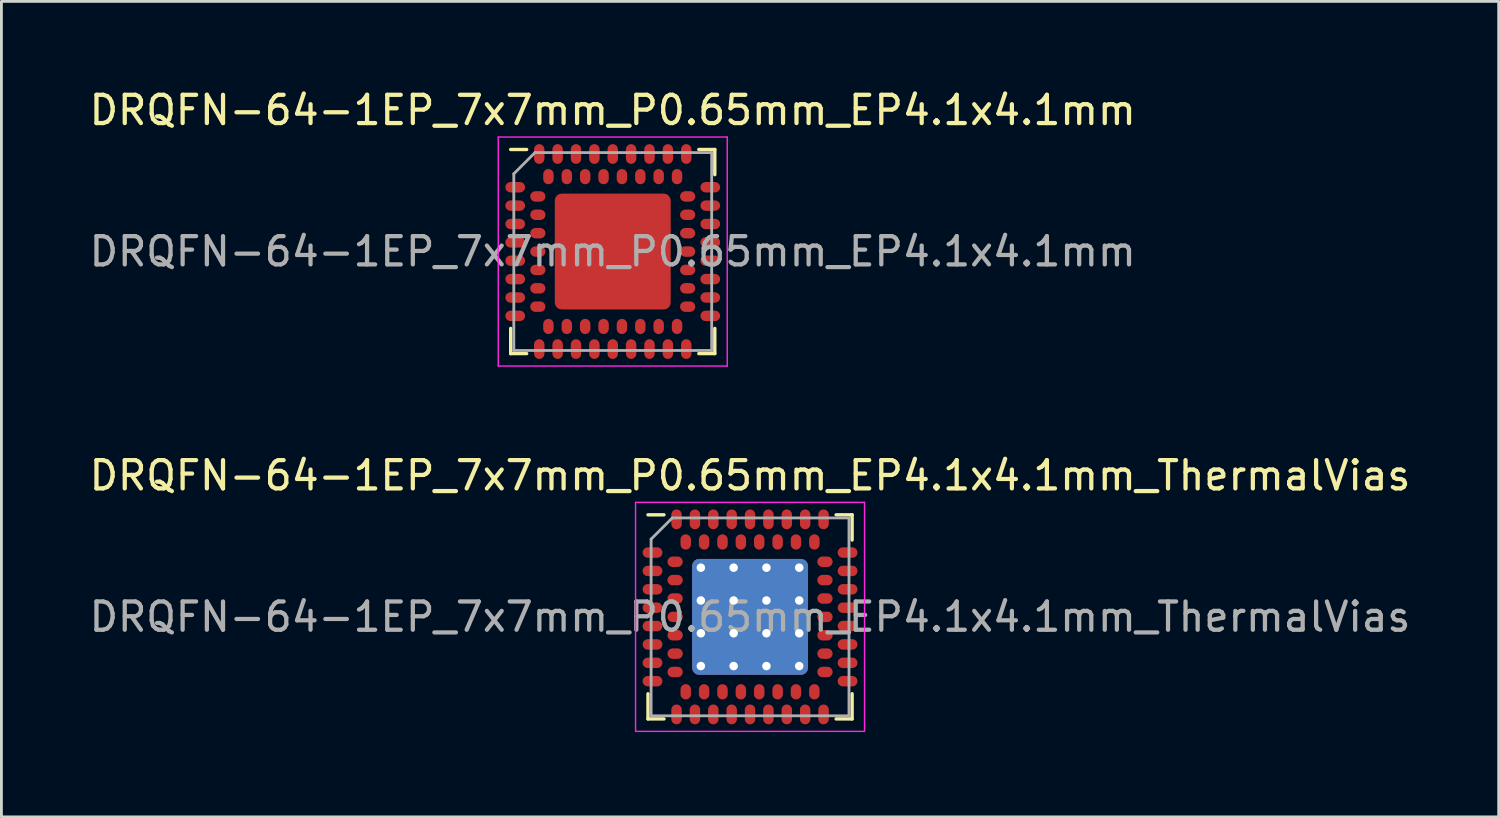
<source format=kicad_pcb>
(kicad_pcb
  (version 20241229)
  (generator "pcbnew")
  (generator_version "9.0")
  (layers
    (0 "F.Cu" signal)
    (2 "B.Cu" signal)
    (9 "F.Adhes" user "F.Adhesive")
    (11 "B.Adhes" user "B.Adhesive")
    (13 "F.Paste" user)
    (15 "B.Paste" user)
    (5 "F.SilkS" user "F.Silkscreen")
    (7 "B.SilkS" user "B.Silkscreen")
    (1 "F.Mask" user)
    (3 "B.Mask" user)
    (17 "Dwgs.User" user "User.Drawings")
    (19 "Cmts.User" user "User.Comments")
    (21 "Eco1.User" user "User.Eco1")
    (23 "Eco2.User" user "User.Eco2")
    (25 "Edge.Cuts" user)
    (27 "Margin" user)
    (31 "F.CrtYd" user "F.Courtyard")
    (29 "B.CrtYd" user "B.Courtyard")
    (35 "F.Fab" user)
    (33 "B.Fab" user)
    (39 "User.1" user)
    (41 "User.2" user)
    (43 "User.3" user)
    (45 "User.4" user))
  (footprint "DRQFN-64-1EP_7x7mm_P0.65mm_EP4.1x4.1mm"
    (layer "F.Cu")
    (at 18.625 5.848)
    (property "Reference" "DRQFN-64-1EP_7x7mm_P0.65mm_EP4.1x4.1mm" (at 0 -5 0) (layer "F.SilkS") (effects (font (size 1 1) (thickness 0.15))))
    (attr smd)
    (fp_line (start -3.61 3.61) (end -3.61 2.72) (stroke (width 0.12) (type solid)) (layer "F.SilkS"))
    (fp_line (start -3.045 -3.61) (end -3.61 -3.61) (stroke (width 0.12) (type solid)) (layer "F.SilkS"))
    (fp_line (start -3.045 3.61) (end -3.61 3.61) (stroke (width 0.12) (type solid)) (layer "F.SilkS"))
    (fp_line (start 3.045 -3.61) (end 3.61 -3.61) (stroke (width 0.12) (type solid)) (layer "F.SilkS"))
    (fp_line (start 3.61 -3.61) (end 3.61 -2.72) (stroke (width 0.12) (type solid)) (layer "F.SilkS"))
    (fp_line (start 3.61 2.72) (end 3.61 3.61) (stroke (width 0.12) (type solid)) (layer "F.SilkS"))
    (fp_line (start 3.61 3.61) (end 3.045 3.61) (stroke (width 0.12) (type solid)) (layer "F.SilkS"))
    (fp_line (start -4.05 -4.05) (end 4.05 -4.05) (stroke (width 0.05) (type solid)) (layer "F.CrtYd"))
    (fp_line (start -4.05 4.05) (end -4.05 -4.05) (stroke (width 0.05) (type solid)) (layer "F.CrtYd"))
    (fp_line (start 4.05 -4.05) (end 4.05 4.05) (stroke (width 0.05) (type solid)) (layer "F.CrtYd"))
    (fp_line (start 4.05 4.05) (end -4.05 4.05) (stroke (width 0.05) (type solid)) (layer "F.CrtYd"))
    (fp_line (start -3.5 -2.75) (end -2.75 -3.5) (stroke (width 0.1) (type solid)) (layer "F.Fab"))
    (fp_line (start -3.5 3.5) (end -3.5 -2.75) (stroke (width 0.1) (type solid)) (layer "F.Fab"))
    (fp_line (start -2.75 -3.5) (end 3.5 -3.5) (stroke (width 0.1) (type solid)) (layer "F.Fab"))
    (fp_line (start 3.5 -3.5) (end 3.5 3.5) (stroke (width 0.1) (type solid)) (layer "F.Fab"))
    (fp_line (start 3.5 3.5) (end -3.5 3.5) (stroke (width 0.1) (type solid)) (layer "F.Fab"))
    (fp_text user "${REFERENCE}" (at 0 0 0) (layer "F.Fab") (effects (font (size 1 1) (thickness 0.15))))
    (pad "" smd roundrect (at -1.3 -1.3) (size 1.15 1.15) (layers "F.Paste") (roundrect_rratio 0.1))
    (pad "" smd roundrect (at -1.3 0) (size 1.15 1.15) (layers "F.Paste") (roundrect_rratio 0.1))
    (pad "" smd roundrect (at -1.3 1.3) (size 1.15 1.15) (layers "F.Paste") (roundrect_rratio 0.1))
    (pad "" smd roundrect (at 0 -1.3) (size 1.15 1.15) (layers "F.Paste") (roundrect_rratio 0.1))
    (pad "" smd roundrect (at 0 0) (size 1.15 1.15) (layers "F.Paste") (roundrect_rratio 0.1))
    (pad "" smd roundrect (at 0 1.3) (size 1.15 1.15) (layers "F.Paste") (roundrect_rratio 0.1))
    (pad "" smd roundrect (at 1.3 -1.3) (size 1.15 1.15) (layers "F.Paste") (roundrect_rratio 0.1))
    (pad "" smd roundrect (at 1.3 0) (size 1.15 1.15) (layers "F.Paste") (roundrect_rratio 0.1))
    (pad "" smd roundrect (at 1.3 1.3) (size 1.15 1.15) (layers "F.Paste") (roundrect_rratio 0.1))
    (pad "A1" smd roundrect (at -3.45 -2.275) (size 0.7 0.37) (layers "F.Cu" "F.Mask" "F.Paste") (roundrect_rratio 0.5))
    (pad "A2" smd roundrect (at -3.45 -1.625) (size 0.7 0.37) (layers "F.Cu" "F.Mask" "F.Paste") (roundrect_rratio 0.5))
    (pad "A3" smd roundrect (at -3.45 -0.975) (size 0.7 0.37) (layers "F.Cu" "F.Mask" "F.Paste") (roundrect_rratio 0.5))
    (pad "A4" smd roundrect (at -3.45 -0.325) (size 0.7 0.37) (layers "F.Cu" "F.Mask" "F.Paste") (roundrect_rratio 0.5))
    (pad "A5" smd roundrect (at -3.45 0.325) (size 0.7 0.37) (layers "F.Cu" "F.Mask" "F.Paste") (roundrect_rratio 0.5))
    (pad "A6" smd roundrect (at -3.45 0.975) (size 0.7 0.37) (layers "F.Cu" "F.Mask" "F.Paste") (roundrect_rratio 0.5))
    (pad "A7" smd roundrect (at -3.45 1.625) (size 0.7 0.37) (layers "F.Cu" "F.Mask" "F.Paste") (roundrect_rratio 0.5))
    (pad "A8" smd roundrect (at -3.45 2.275) (size 0.7 0.37) (layers "F.Cu" "F.Mask" "F.Paste") (roundrect_rratio 0.5))
    (pad "A9" smd roundrect (at -2.6 3.45) (size 0.37 0.7) (layers "F.Cu" "F.Mask" "F.Paste") (roundrect_rratio 0.5))
    (pad "A10" smd roundrect (at -1.95 3.45) (size 0.37 0.7) (layers "F.Cu" "F.Mask" "F.Paste") (roundrect_rratio 0.5))
    (pad "A11" smd roundrect (at -1.3 3.45) (size 0.37 0.7) (layers "F.Cu" "F.Mask" "F.Paste") (roundrect_rratio 0.5))
    (pad "A12" smd roundrect (at -0.65 3.45) (size 0.37 0.7) (layers "F.Cu" "F.Mask" "F.Paste") (roundrect_rratio 0.5))
    (pad "A13" smd roundrect (at 0 3.45) (size 0.37 0.7) (layers "F.Cu" "F.Mask" "F.Paste") (roundrect_rratio 0.5))
    (pad "A14" smd roundrect (at 0.65 3.45) (size 0.37 0.7) (layers "F.Cu" "F.Mask" "F.Paste") (roundrect_rratio 0.5))
    (pad "A15" smd roundrect (at 1.3 3.45) (size 0.37 0.7) (layers "F.Cu" "F.Mask" "F.Paste") (roundrect_rratio 0.5))
    (pad "A16" smd roundrect (at 1.95 3.45) (size 0.37 0.7) (layers "F.Cu" "F.Mask" "F.Paste") (roundrect_rratio 0.5))
    (pad "A17" smd roundrect (at 2.6 3.45) (size 0.37 0.7) (layers "F.Cu" "F.Mask" "F.Paste") (roundrect_rratio 0.5))
    (pad "A18" smd roundrect (at 3.45 2.275) (size 0.7 0.37) (layers "F.Cu" "F.Mask" "F.Paste") (roundrect_rratio 0.5))
    (pad "A19" smd roundrect (at 3.45 1.625) (size 0.7 0.37) (layers "F.Cu" "F.Mask" "F.Paste") (roundrect_rratio 0.5))
    (pad "A20" smd roundrect (at 3.45 0.975) (size 0.7 0.37) (layers "F.Cu" "F.Mask" "F.Paste") (roundrect_rratio 0.5))
    (pad "A21" smd roundrect (at 3.45 0.325) (size 0.7 0.37) (layers "F.Cu" "F.Mask" "F.Paste") (roundrect_rratio 0.5))
    (pad "A22" smd roundrect (at 3.45 -0.325) (size 0.7 0.37) (layers "F.Cu" "F.Mask" "F.Paste") (roundrect_rratio 0.5))
    (pad "A23" smd roundrect (at 3.45 -0.975) (size 0.7 0.37) (layers "F.Cu" "F.Mask" "F.Paste") (roundrect_rratio 0.5))
    (pad "A24" smd roundrect (at 3.45 -1.625) (size 0.7 0.37) (layers "F.Cu" "F.Mask" "F.Paste") (roundrect_rratio 0.5))
    (pad "A25" smd roundrect (at 3.45 -2.275) (size 0.7 0.37) (layers "F.Cu" "F.Mask" "F.Paste") (roundrect_rratio 0.5))
    (pad "A26" smd roundrect (at 2.6 -3.45) (size 0.37 0.7) (layers "F.Cu" "F.Mask" "F.Paste") (roundrect_rratio 0.5))
    (pad "A27" smd roundrect (at 1.95 -3.45) (size 0.37 0.7) (layers "F.Cu" "F.Mask" "F.Paste") (roundrect_rratio 0.5))
    (pad "A28" smd roundrect (at 1.3 -3.45) (size 0.37 0.7) (layers "F.Cu" "F.Mask" "F.Paste") (roundrect_rratio 0.5))
    (pad "A29" smd roundrect (at 0.65 -3.45) (size 0.37 0.7) (layers "F.Cu" "F.Mask" "F.Paste") (roundrect_rratio 0.5))
    (pad "A30" smd roundrect (at 0 -3.45) (size 0.37 0.7) (layers "F.Cu" "F.Mask" "F.Paste") (roundrect_rratio 0.5))
    (pad "A31" smd roundrect (at -0.65 -3.45) (size 0.37 0.7) (layers "F.Cu" "F.Mask" "F.Paste") (roundrect_rratio 0.5))
    (pad "A32" smd roundrect (at -1.3 -3.45) (size 0.37 0.7) (layers "F.Cu" "F.Mask" "F.Paste") (roundrect_rratio 0.5))
    (pad "A33" smd roundrect (at -1.95 -3.45) (size 0.37 0.7) (layers "F.Cu" "F.Mask" "F.Paste") (roundrect_rratio 0.5))
    (pad "A34" smd roundrect (at -2.6 -3.45) (size 0.37 0.7) (layers "F.Cu" "F.Mask" "F.Paste") (roundrect_rratio 0.5))
    (pad "B1" smd roundrect (at -2.65 -1.95) (size 0.54 0.37) (layers "F.Cu" "F.Mask" "F.Paste") (roundrect_rratio 0.5))
    (pad "B2" smd roundrect (at -2.65 -1.3) (size 0.54 0.37) (layers "F.Cu" "F.Mask" "F.Paste") (roundrect_rratio 0.5))
    (pad "B3" smd roundrect (at -2.65 -0.65) (size 0.54 0.37) (layers "F.Cu" "F.Mask" "F.Paste") (roundrect_rratio 0.5))
    (pad "B4" smd roundrect (at -2.65 0) (size 0.54 0.37) (layers "F.Cu" "F.Mask" "F.Paste") (roundrect_rratio 0.5))
    (pad "B5" smd roundrect (at -2.65 0.65) (size 0.54 0.37) (layers "F.Cu" "F.Mask" "F.Paste") (roundrect_rratio 0.5))
    (pad "B6" smd roundrect (at -2.65 1.3) (size 0.54 0.37) (layers "F.Cu" "F.Mask" "F.Paste") (roundrect_rratio 0.5))
    (pad "B7" smd roundrect (at -2.65 1.95) (size 0.54 0.37) (layers "F.Cu" "F.Mask" "F.Paste") (roundrect_rratio 0.5))
    (pad "B8" smd roundrect (at -2.275 2.65) (size 0.37 0.54) (layers "F.Cu" "F.Mask" "F.Paste") (roundrect_rratio 0.5))
    (pad "B9" smd roundrect (at -1.625 2.65) (size 0.37 0.54) (layers "F.Cu" "F.Mask" "F.Paste") (roundrect_rratio 0.5))
    (pad "B10" smd roundrect (at -0.975 2.65) (size 0.37 0.54) (layers "F.Cu" "F.Mask" "F.Paste") (roundrect_rratio 0.5))
    (pad "B11" smd roundrect (at -0.325 2.65) (size 0.37 0.54) (layers "F.Cu" "F.Mask" "F.Paste") (roundrect_rratio 0.5))
    (pad "B12" smd roundrect (at 0.325 2.65) (size 0.37 0.54) (layers "F.Cu" "F.Mask" "F.Paste") (roundrect_rratio 0.5))
    (pad "B13" smd roundrect (at 0.975 2.65) (size 0.37 0.54) (layers "F.Cu" "F.Mask" "F.Paste") (roundrect_rratio 0.5))
    (pad "B14" smd roundrect (at 1.625 2.65) (size 0.37 0.54) (layers "F.Cu" "F.Mask" "F.Paste") (roundrect_rratio 0.5))
    (pad "B15" smd roundrect (at 2.275 2.65) (size 0.37 0.54) (layers "F.Cu" "F.Mask" "F.Paste") (roundrect_rratio 0.5))
    (pad "B16" smd roundrect (at 2.65 1.95) (size 0.54 0.37) (layers "F.Cu" "F.Mask" "F.Paste") (roundrect_rratio 0.5))
    (pad "B17" smd roundrect (at 2.65 1.3) (size 0.54 0.37) (layers "F.Cu" "F.Mask" "F.Paste") (roundrect_rratio 0.5))
    (pad "B18" smd roundrect (at 2.65 0.65) (size 0.54 0.37) (layers "F.Cu" "F.Mask" "F.Paste") (roundrect_rratio 0.5))
    (pad "B19" smd roundrect (at 2.65 0) (size 0.54 0.37) (layers "F.Cu" "F.Mask" "F.Paste") (roundrect_rratio 0.5))
    (pad "B20" smd roundrect (at 2.65 -0.65) (size 0.54 0.37) (layers "F.Cu" "F.Mask" "F.Paste") (roundrect_rratio 0.5))
    (pad "B21" smd roundrect (at 2.65 -1.3) (size 0.54 0.37) (layers "F.Cu" "F.Mask" "F.Paste") (roundrect_rratio 0.5))
    (pad "B22" smd roundrect (at 2.65 -1.95) (size 0.54 0.37) (layers "F.Cu" "F.Mask" "F.Paste") (roundrect_rratio 0.5))
    (pad "B23" smd roundrect (at 2.275 -2.65) (size 0.37 0.54) (layers "F.Cu" "F.Mask" "F.Paste") (roundrect_rratio 0.5))
    (pad "B24" smd roundrect (at 1.625 -2.65) (size 0.37 0.54) (layers "F.Cu" "F.Mask" "F.Paste") (roundrect_rratio 0.5))
    (pad "B25" smd roundrect (at 0.975 -2.65) (size 0.37 0.54) (layers "F.Cu" "F.Mask" "F.Paste") (roundrect_rratio 0.5))
    (pad "B26" smd roundrect (at 0.325 -2.65) (size 0.37 0.54) (layers "F.Cu" "F.Mask" "F.Paste") (roundrect_rratio 0.5))
    (pad "B27" smd roundrect (at -0.325 -2.65) (size 0.37 0.54) (layers "F.Cu" "F.Mask" "F.Paste") (roundrect_rratio 0.5))
    (pad "B28" smd roundrect (at -0.975 -2.65) (size 0.37 0.54) (layers "F.Cu" "F.Mask" "F.Paste") (roundrect_rratio 0.5))
    (pad "B29" smd roundrect (at -1.625 -2.65) (size 0.37 0.54) (layers "F.Cu" "F.Mask" "F.Paste") (roundrect_rratio 0.5))
    (pad "B30" smd roundrect (at -2.275 -2.65) (size 0.37 0.54) (layers "F.Cu" "F.Mask" "F.Paste") (roundrect_rratio 0.5))
    (pad "EP" smd roundrect (at 0 0) (size 4.1 4.1) (layers "F.Cu" "F.Mask") (roundrect_rratio 0.06)))
  (footprint "DRQFN-64-1EP_7x7mm_P0.65mm_EP4.1x4.1mm_ThermalVias"
    (layer "F.Cu")
    (at 23.482 18.771)
    (property "Reference" "DRQFN-64-1EP_7x7mm_P0.65mm_EP4.1x4.1mm_ThermalVias" (at 0 -5 0) (layer "F.SilkS") (effects (font (size 1 1) (thickness 0.15))))
    (attr smd)
    (fp_line (start -3.61 3.61) (end -3.61 2.72) (stroke (width 0.12) (type solid)) (layer "F.SilkS"))
    (fp_line (start -3.045 -3.61) (end -3.61 -3.61) (stroke (width 0.12) (type solid)) (layer "F.SilkS"))
    (fp_line (start -3.045 3.61) (end -3.61 3.61) (stroke (width 0.12) (type solid)) (layer "F.SilkS"))
    (fp_line (start 3.045 -3.61) (end 3.61 -3.61) (stroke (width 0.12) (type solid)) (layer "F.SilkS"))
    (fp_line (start 3.61 -3.61) (end 3.61 -2.72) (stroke (width 0.12) (type solid)) (layer "F.SilkS"))
    (fp_line (start 3.61 2.72) (end 3.61 3.61) (stroke (width 0.12) (type solid)) (layer "F.SilkS"))
    (fp_line (start 3.61 3.61) (end 3.045 3.61) (stroke (width 0.12) (type solid)) (layer "F.SilkS"))
    (fp_line (start -4.05 -4.05) (end 4.05 -4.05) (stroke (width 0.05) (type solid)) (layer "F.CrtYd"))
    (fp_line (start -4.05 4.05) (end -4.05 -4.05) (stroke (width 0.05) (type solid)) (layer "F.CrtYd"))
    (fp_line (start 4.05 -4.05) (end 4.05 4.05) (stroke (width 0.05) (type solid)) (layer "F.CrtYd"))
    (fp_line (start 4.05 4.05) (end -4.05 4.05) (stroke (width 0.05) (type solid)) (layer "F.CrtYd"))
    (fp_line (start -3.5 -2.75) (end -2.75 -3.5) (stroke (width 0.1) (type solid)) (layer "F.Fab"))
    (fp_line (start -3.5 3.5) (end -3.5 -2.75) (stroke (width 0.1) (type solid)) (layer "F.Fab"))
    (fp_line (start -2.75 -3.5) (end 3.5 -3.5) (stroke (width 0.1) (type solid)) (layer "F.Fab"))
    (fp_line (start 3.5 -3.5) (end 3.5 3.5) (stroke (width 0.1) (type solid)) (layer "F.Fab"))
    (fp_line (start 3.5 3.5) (end -3.5 3.5) (stroke (width 0.1) (type solid)) (layer "F.Fab"))
    (fp_text user "${REFERENCE}" (at 0 0 0) (layer "F.Fab") (effects (font (size 1 1) (thickness 0.15))))
    (pad "" smd roundrect (at -1.16 -1.16) (size 1 1) (layers "F.Paste") (roundrect_rratio 0.25))
    (pad "" smd roundrect (at -1.16 0) (size 1 1) (layers "F.Paste") (roundrect_rratio 0.25))
    (pad "" smd roundrect (at -1.16 1.16) (size 1 1) (layers "F.Paste") (roundrect_rratio 0.25))
    (pad "" smd roundrect (at 0 -1.16) (size 1 1) (layers "F.Paste") (roundrect_rratio 0.25))
    (pad "" smd roundrect (at 0 0) (size 1 1) (layers "F.Paste") (roundrect_rratio 0.25))
    (pad "" smd roundrect (at 0 1.16) (size 1 1) (layers "F.Paste") (roundrect_rratio 0.25))
    (pad "" smd roundrect (at 1.16 -1.16) (size 1 1) (layers "F.Paste") (roundrect_rratio 0.25))
    (pad "" smd roundrect (at 1.16 0) (size 1 1) (layers "F.Paste") (roundrect_rratio 0.25))
    (pad "" smd roundrect (at 1.16 1.16) (size 1 1) (layers "F.Paste") (roundrect_rratio 0.25))
    (pad "A1" smd oval (at -3.45 -2.275) (size 0.7 0.37) (layers "F.Cu" "F.Mask" "F.Paste"))
    (pad "A2" smd oval (at -3.45 -1.625) (size 0.7 0.37) (layers "F.Cu" "F.Mask" "F.Paste"))
    (pad "A3" smd oval (at -3.45 -0.975) (size 0.7 0.37) (layers "F.Cu" "F.Mask" "F.Paste"))
    (pad "A4" smd oval (at -3.45 -0.325) (size 0.7 0.37) (layers "F.Cu" "F.Mask" "F.Paste"))
    (pad "A5" smd oval (at -3.45 0.325) (size 0.7 0.37) (layers "F.Cu" "F.Mask" "F.Paste"))
    (pad "A6" smd oval (at -3.45 0.975) (size 0.7 0.37) (layers "F.Cu" "F.Mask" "F.Paste"))
    (pad "A7" smd oval (at -3.45 1.625) (size 0.7 0.37) (layers "F.Cu" "F.Mask" "F.Paste"))
    (pad "A8" smd oval (at -3.45 2.275) (size 0.7 0.37) (layers "F.Cu" "F.Mask" "F.Paste"))
    (pad "A9" smd oval (at -2.6 3.45) (size 0.37 0.7) (layers "F.Cu" "F.Mask" "F.Paste"))
    (pad "A10" smd oval (at -1.95 3.45) (size 0.37 0.7) (layers "F.Cu" "F.Mask" "F.Paste"))
    (pad "A11" smd oval (at -1.3 3.45) (size 0.37 0.7) (layers "F.Cu" "F.Mask" "F.Paste"))
    (pad "A12" smd oval (at -0.65 3.45) (size 0.37 0.7) (layers "F.Cu" "F.Mask" "F.Paste"))
    (pad "A13" smd oval (at 0 3.45) (size 0.37 0.7) (layers "F.Cu" "F.Mask" "F.Paste"))
    (pad "A14" smd oval (at 0.65 3.45) (size 0.37 0.7) (layers "F.Cu" "F.Mask" "F.Paste"))
    (pad "A15" smd oval (at 1.3 3.45) (size 0.37 0.7) (layers "F.Cu" "F.Mask" "F.Paste"))
    (pad "A16" smd oval (at 1.95 3.45) (size 0.37 0.7) (layers "F.Cu" "F.Mask" "F.Paste"))
    (pad "A17" smd oval (at 2.6 3.45) (size 0.37 0.7) (layers "F.Cu" "F.Mask" "F.Paste"))
    (pad "A18" smd oval (at 3.45 2.275) (size 0.7 0.37) (layers "F.Cu" "F.Mask" "F.Paste"))
    (pad "A19" smd oval (at 3.45 1.625) (size 0.7 0.37) (layers "F.Cu" "F.Mask" "F.Paste"))
    (pad "A20" smd oval (at 3.45 0.975) (size 0.7 0.37) (layers "F.Cu" "F.Mask" "F.Paste"))
    (pad "A21" smd oval (at 3.45 0.325) (size 0.7 0.37) (layers "F.Cu" "F.Mask" "F.Paste"))
    (pad "A22" smd oval (at 3.45 -0.325) (size 0.7 0.37) (layers "F.Cu" "F.Mask" "F.Paste"))
    (pad "A23" smd oval (at 3.45 -0.975) (size 0.7 0.37) (layers "F.Cu" "F.Mask" "F.Paste"))
    (pad "A24" smd oval (at 3.45 -1.625) (size 0.7 0.37) (layers "F.Cu" "F.Mask" "F.Paste"))
    (pad "A25" smd oval (at 3.45 -2.275) (size 0.7 0.37) (layers "F.Cu" "F.Mask" "F.Paste"))
    (pad "A26" smd oval (at 2.6 -3.45) (size 0.37 0.7) (layers "F.Cu" "F.Mask" "F.Paste"))
    (pad "A27" smd oval (at 1.95 -3.45) (size 0.37 0.7) (layers "F.Cu" "F.Mask" "F.Paste"))
    (pad "A28" smd oval (at 1.3 -3.45) (size 0.37 0.7) (layers "F.Cu" "F.Mask" "F.Paste"))
    (pad "A29" smd oval (at 0.65 -3.45) (size 0.37 0.7) (layers "F.Cu" "F.Mask" "F.Paste"))
    (pad "A30" smd oval (at 0 -3.45) (size 0.37 0.7) (layers "F.Cu" "F.Mask" "F.Paste"))
    (pad "A31" smd oval (at -0.65 -3.45) (size 0.37 0.7) (layers "F.Cu" "F.Mask" "F.Paste"))
    (pad "A32" smd oval (at -1.3 -3.45) (size 0.37 0.7) (layers "F.Cu" "F.Mask" "F.Paste"))
    (pad "A33" smd oval (at -1.95 -3.45) (size 0.37 0.7) (layers "F.Cu" "F.Mask" "F.Paste"))
    (pad "A34" smd oval (at -2.6 -3.45) (size 0.37 0.7) (layers "F.Cu" "F.Mask" "F.Paste"))
    (pad "B1" smd oval (at -2.65 -1.95) (size 0.54 0.37) (layers "F.Cu" "F.Mask" "F.Paste"))
    (pad "B2" smd oval (at -2.65 -1.3) (size 0.54 0.37) (layers "F.Cu" "F.Mask" "F.Paste"))
    (pad "B3" smd oval (at -2.65 -0.65) (size 0.54 0.37) (layers "F.Cu" "F.Mask" "F.Paste"))
    (pad "B4" smd oval (at -2.65 0) (size 0.54 0.37) (layers "F.Cu" "F.Mask" "F.Paste"))
    (pad "B5" smd oval (at -2.65 0.65) (size 0.54 0.37) (layers "F.Cu" "F.Mask" "F.Paste"))
    (pad "B6" smd oval (at -2.65 1.3) (size 0.54 0.37) (layers "F.Cu" "F.Mask" "F.Paste"))
    (pad "B7" smd oval (at -2.65 1.95) (size 0.54 0.37) (layers "F.Cu" "F.Mask" "F.Paste"))
    (pad "B8" smd oval (at -2.275 2.65) (size 0.37 0.54) (layers "F.Cu" "F.Mask" "F.Paste"))
    (pad "B9" smd oval (at -1.625 2.65) (size 0.37 0.54) (layers "F.Cu" "F.Mask" "F.Paste"))
    (pad "B10" smd oval (at -0.975 2.65) (size 0.37 0.54) (layers "F.Cu" "F.Mask" "F.Paste"))
    (pad "B11" smd oval (at -0.325 2.65) (size 0.37 0.54) (layers "F.Cu" "F.Mask" "F.Paste"))
    (pad "B12" smd oval (at 0.325 2.65) (size 0.37 0.54) (layers "F.Cu" "F.Mask" "F.Paste"))
    (pad "B13" smd oval (at 0.975 2.65) (size 0.37 0.54) (layers "F.Cu" "F.Mask" "F.Paste"))
    (pad "B14" smd oval (at 1.625 2.65) (size 0.37 0.54) (layers "F.Cu" "F.Mask" "F.Paste"))
    (pad "B15" smd oval (at 2.275 2.65) (size 0.37 0.54) (layers "F.Cu" "F.Mask" "F.Paste"))
    (pad "B16" smd oval (at 2.65 1.95) (size 0.54 0.37) (layers "F.Cu" "F.Mask" "F.Paste"))
    (pad "B17" smd oval (at 2.65 1.3) (size 0.54 0.37) (layers "F.Cu" "F.Mask" "F.Paste"))
    (pad "B18" smd oval (at 2.65 0.65) (size 0.54 0.37) (layers "F.Cu" "F.Mask" "F.Paste"))
    (pad "B19" smd oval (at 2.65 0) (size 0.54 0.37) (layers "F.Cu" "F.Mask" "F.Paste"))
    (pad "B20" smd oval (at 2.65 -0.65) (size 0.54 0.37) (layers "F.Cu" "F.Mask" "F.Paste"))
    (pad "B21" smd oval (at 2.65 -1.3) (size 0.54 0.37) (layers "F.Cu" "F.Mask" "F.Paste"))
    (pad "B22" smd oval (at 2.65 -1.95) (size 0.54 0.37) (layers "F.Cu" "F.Mask" "F.Paste"))
    (pad "B23" smd oval (at 2.275 -2.65) (size 0.37 0.54) (layers "F.Cu" "F.Mask" "F.Paste"))
    (pad "B24" smd oval (at 1.625 -2.65) (size 0.37 0.54) (layers "F.Cu" "F.Mask" "F.Paste"))
    (pad "B25" smd oval (at 0.975 -2.65) (size 0.37 0.54) (layers "F.Cu" "F.Mask" "F.Paste"))
    (pad "B26" smd oval (at 0.325 -2.65) (size 0.37 0.54) (layers "F.Cu" "F.Mask" "F.Paste"))
    (pad "B27" smd oval (at -0.325 -2.65) (size 0.37 0.54) (layers "F.Cu" "F.Mask" "F.Paste"))
    (pad "B28" smd oval (at -0.975 -2.65) (size 0.37 0.54) (layers "F.Cu" "F.Mask" "F.Paste"))
    (pad "B29" smd oval (at -1.625 -2.65) (size 0.37 0.54) (layers "F.Cu" "F.Mask" "F.Paste"))
    (pad "B30" smd oval (at -2.275 -2.65) (size 0.37 0.54) (layers "F.Cu" "F.Mask" "F.Paste"))
    (pad "EP" thru_hole circle (at -1.74 -1.74) (size 0.6 0.6) (drill 0.3) (layers "*.Cu"))
    (pad "EP" thru_hole circle (at -1.74 -0.58) (size 0.6 0.6) (drill 0.3) (layers "*.Cu"))
    (pad "EP" thru_hole circle (at -1.74 0.58) (size 0.6 0.6) (drill 0.3) (layers "*.Cu"))
    (pad "EP" thru_hole circle (at -1.74 1.74) (size 0.6 0.6) (drill 0.3) (layers "*.Cu"))
    (pad "EP" thru_hole circle (at -0.58 -1.74) (size 0.6 0.6) (drill 0.3) (layers "*.Cu"))
    (pad "EP" thru_hole circle (at -0.58 -0.58) (size 0.6 0.6) (drill 0.3) (layers "*.Cu"))
    (pad "EP" thru_hole circle (at -0.58 0.58) (size 0.6 0.6) (drill 0.3) (layers "*.Cu"))
    (pad "EP" thru_hole circle (at -0.58 1.74) (size 0.6 0.6) (drill 0.3) (layers "*.Cu"))
    (pad "EP" smd roundrect (at 0 0) (size 4.1 4.1) (layers "F.Cu" "F.Mask") (roundrect_rratio 0.06))
    (pad "EP" smd roundrect (at 0 0) (size 4.1 4.1) (layers "B.Cu") (roundrect_rratio 0.06))
    (pad "EP" thru_hole circle (at 0.58 -1.74) (size 0.6 0.6) (drill 0.3) (layers "*.Cu"))
    (pad "EP" thru_hole circle (at 0.58 -0.58) (size 0.6 0.6) (drill 0.3) (layers "*.Cu"))
    (pad "EP" thru_hole circle (at 0.58 0.58) (size 0.6 0.6) (drill 0.3) (layers "*.Cu"))
    (pad "EP" thru_hole circle (at 0.58 1.74) (size 0.6 0.6) (drill 0.3) (layers "*.Cu"))
    (pad "EP" thru_hole circle (at 1.74 -1.74) (size 0.6 0.6) (drill 0.3) (layers "*.Cu"))
    (pad "EP" thru_hole circle (at 1.74 -0.58) (size 0.6 0.6) (drill 0.3) (layers "*.Cu"))
    (pad "EP" thru_hole circle (at 1.74 0.58) (size 0.6 0.6) (drill 0.3) (layers "*.Cu"))
    (pad "EP" thru_hole circle (at 1.74 1.74) (size 0.6 0.6) (drill 0.3) (layers "*.Cu")))
  (gr_rect
    (start -3 -3)
    (end 49.964 25.846)
    (stroke (width 0.1) (type default))
    (fill no)
    (layer "Edge.Cuts")))
</source>
